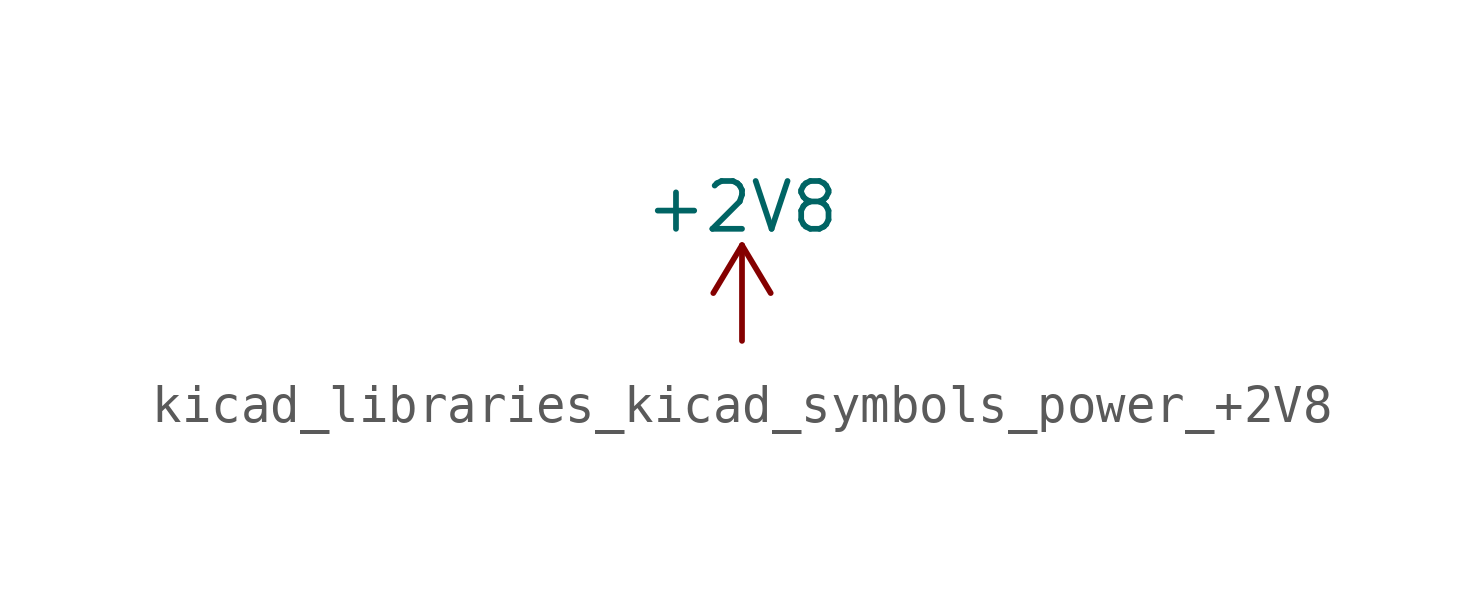
<source format=kicad_sym>
(kicad_symbol_lib
  (version 20220914)
  (generator kicad_symbol_editor)
  (symbol "kicad_libraries_kicad_symbols_power_+2V8"
    (power)
    (pin_names
      (offset 0))
    (property "Reference" "#PWR"
      (at 0 -3.81 0)
      (effects (font (size 1.27 1.27)) hide))
    (property "Value" "+2V8"
      (at 0 3.556 0)
      (effects (font (size 1.27 1.27))))
    (symbol "kicad_libraries_kicad_symbols_power_+2V8_0_1"
      (polyline (pts (xy -0.762 1.27) (xy 0 2.54)) (stroke (width 0) (type default)) (fill (type none)))
      (polyline (pts (xy 0 0) (xy 0 2.54)) (stroke (width 0) (type default)) (fill (type none)))
      (polyline (pts (xy 0 2.54) (xy 0.762 1.27)) (stroke (width 0) (type default)) (fill (type none))))
    (symbol "kicad_libraries_kicad_symbols_power_+2V8_1_1"
      (pin power_in line (at 0 0 90) (length 0) hide (name "+2V8" (effects (font (size 1.27 1.27)))) (number "1" (effects (font (size 1.27 1.27))))))))
</source>
